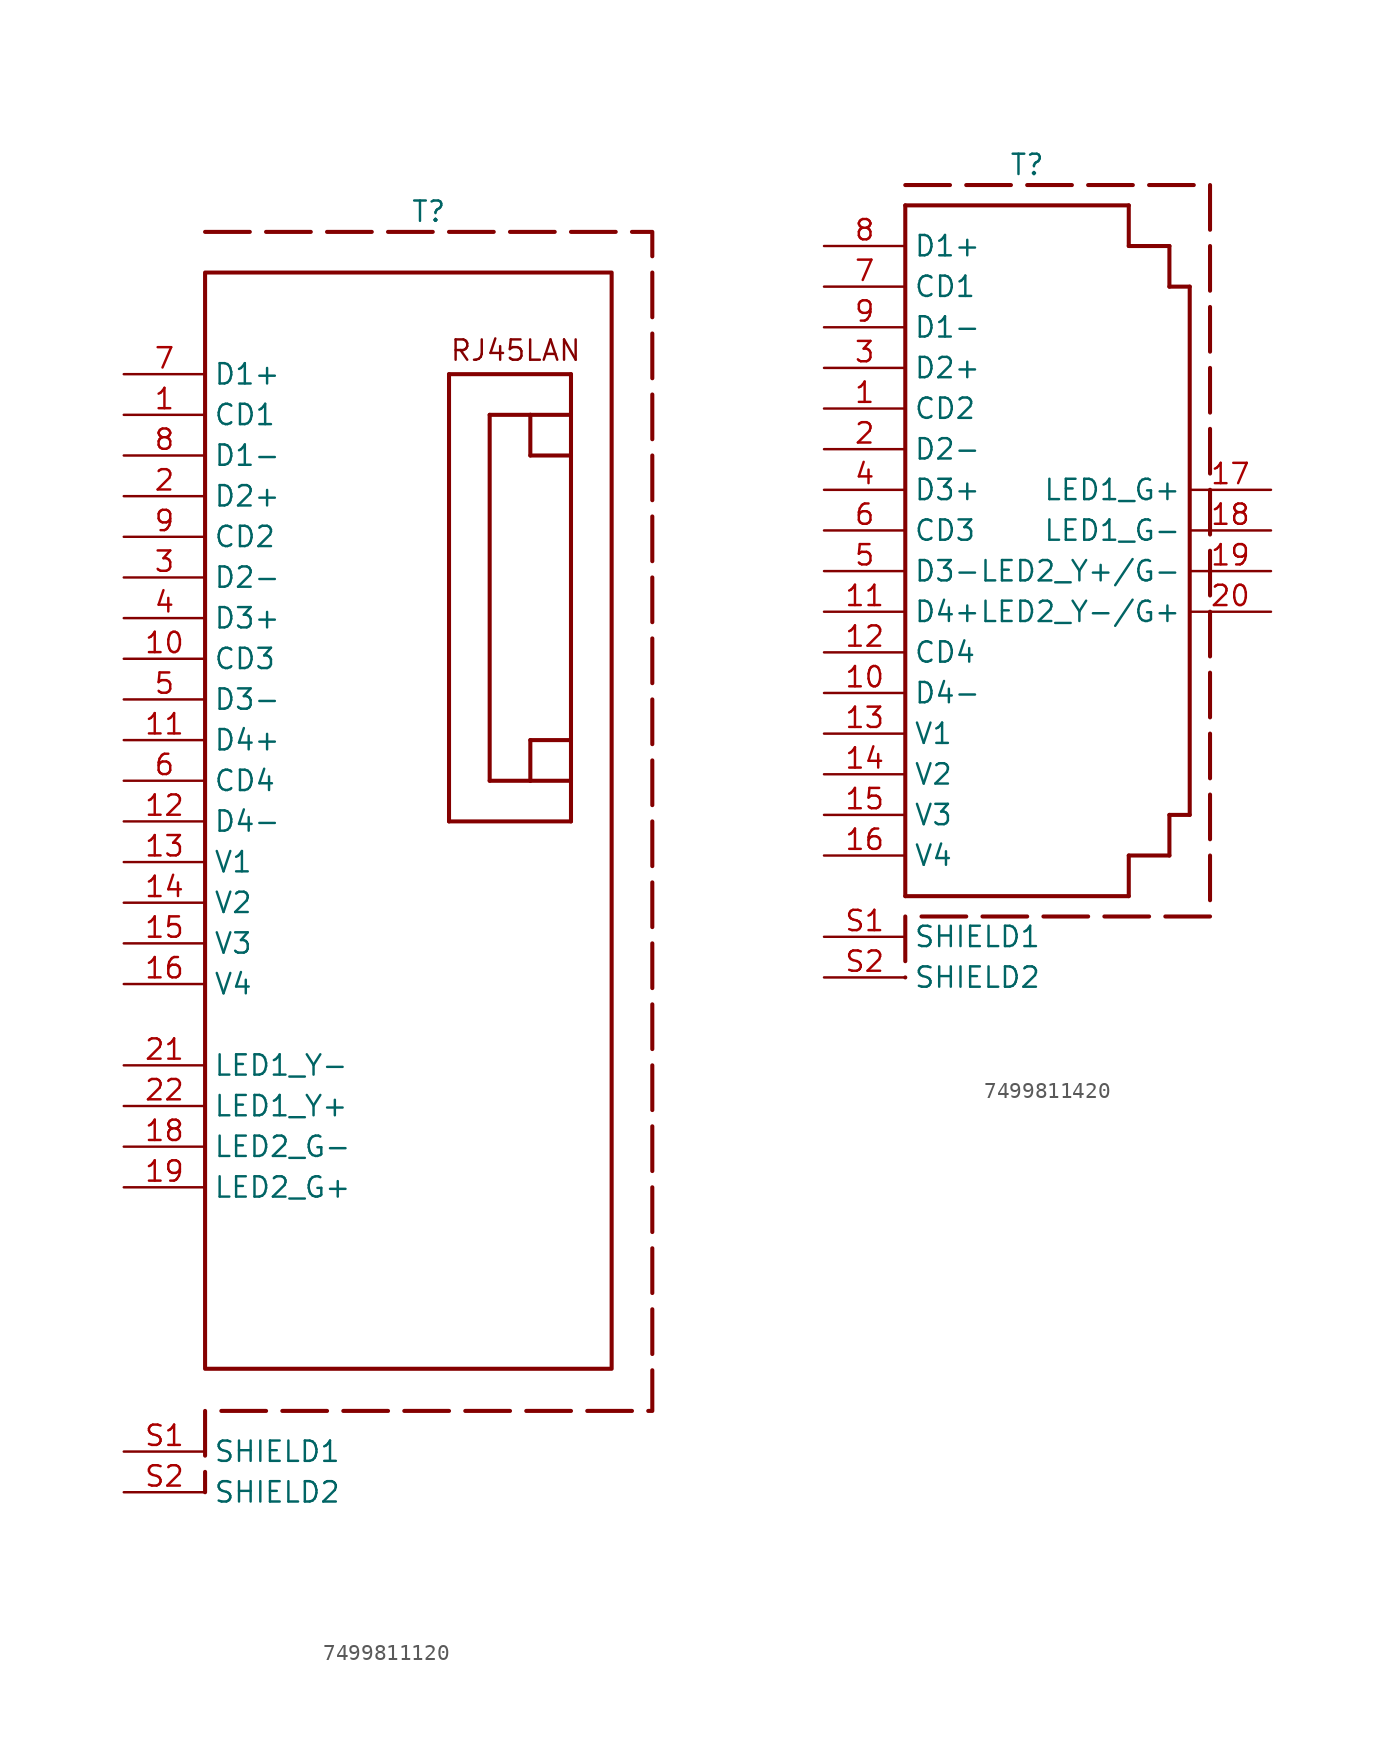
<source format=kicad_sym>
(kicad_symbol_lib
  (version 20220914)
  (generator kicad_symbol_editor)
  (symbol "7499811120"
    (property "Reference" "T"
      (at 0 35.56 0)
      (effects (font (size 1.27 1.27))))
    (property "Critical Parameter" ""
      (at 0 -5.08 0)
      (effects (font (size 1.27 1.27)) (justify left)))
    (symbol "7499811120_0_0"
      (polyline (pts (xy 1.27 -2.54) (xy 1.27 25.4)) (stroke (width 0.254) (type default)) (fill (type none)))
      (polyline (pts (xy 1.27 25.4) (xy 8.89 25.4)) (stroke (width 0.254) (type default)) (fill (type none)))
      (polyline (pts (xy 3.81 0) (xy 6.35 0)) (stroke (width 0.254) (type default)) (fill (type none)))
      (polyline (pts (xy 3.81 22.86) (xy 3.81 0)) (stroke (width 0.254) (type default)) (fill (type none)))
      (polyline (pts (xy 6.35 0) (xy 6.35 2.54)) (stroke (width 0.254) (type default)) (fill (type none)))
      (polyline (pts (xy 6.35 0) (xy 8.89 0)) (stroke (width 0.254) (type default)) (fill (type none)))
      (polyline (pts (xy 6.35 2.54) (xy 8.89 2.54)) (stroke (width 0.254) (type default)) (fill (type none)))
      (polyline (pts (xy 6.35 20.32) (xy 8.89 20.32)) (stroke (width 0.254) (type default)) (fill (type none)))
      (polyline (pts (xy 6.35 22.86) (xy 3.81 22.86)) (stroke (width 0.254) (type default)) (fill (type none)))
      (polyline (pts (xy 6.35 22.86) (xy 6.35 20.32)) (stroke (width 0.254) (type default)) (fill (type none)))
      (polyline (pts (xy 8.89 -2.54) (xy 1.27 -2.54)) (stroke (width 0.254) (type default)) (fill (type none)))
      (polyline (pts (xy 8.89 0) (xy 8.89 -2.54)) (stroke (width 0.254) (type default)) (fill (type none)))
      (polyline (pts (xy 8.89 2.54) (xy 8.89 0)) (stroke (width 0.254) (type default)) (fill (type none)))
      (polyline (pts (xy 8.89 20.32) (xy 8.89 2.54)) (stroke (width 0.254) (type default)) (fill (type none)))
      (polyline (pts (xy 8.89 22.86) (xy 6.35 22.86)) (stroke (width 0.254) (type default)) (fill (type none)))
      (polyline (pts (xy 8.89 22.86) (xy 8.89 20.32)) (stroke (width 0.254) (type default)) (fill (type none)))
      (polyline (pts (xy 8.89 25.4) (xy 8.89 22.86)) (stroke (width 0.254) (type default)) (fill (type none)))
      (text "RJ45LAN" (at 1.28 26.14 0) (effects (font (size 1.27 1.27)) (justify left bottom)))
      (pin bidirectional line (at -19.05 -22.86 0) (length 5.08) (name "LED2_G-" (effects (font (size 1.27 1.27)))) (number "18" (effects (font (size 1.27 1.27)))))
      (pin bidirectional line (at -19.05 -25.4 0) (length 5.08) (name "LED2_G+" (effects (font (size 1.27 1.27)))) (number "19" (effects (font (size 1.27 1.27)))))
      (pin bidirectional line (at -19.05 -17.78 0) (length 5.08) (name "LED1_Y-" (effects (font (size 1.27 1.27)))) (number "21" (effects (font (size 1.27 1.27)))))
      (pin bidirectional line (at -19.05 -20.32 0) (length 5.08) (name "LED1_Y+" (effects (font (size 1.27 1.27)))) (number "22" (effects (font (size 1.27 1.27)))))
      (pin power_in line (at -19.05 -41.91 0) (length 5.08) (name "SHIELD1" (effects (font (size 1.27 1.27)))) (number "S1" (effects (font (size 1.27 1.27)))))
      (pin power_in line (at -19.05 -44.45 0) (length 5.08) (name "SHIELD2" (effects (font (size 1.27 1.27)))) (number "S2" (effects (font (size 1.27 1.27))))))
    (symbol "7499811120_1_0"
      (rectangle (start -13.97 31.75) (end 11.43 -36.738) (stroke (width 0.254) (type default)) (fill (type none)))
      (polyline (pts (xy -13.97 34.29) (xy 13.97 34.29) (xy 13.97 -39.37) (xy -13.97 -39.37) (xy -13.97 -44.45)) (stroke (width 0.254) (type dash)) (fill (type none)))
      (pin bidirectional line (at -19.05 22.86 0) (length 5.08) (name "CD1" (effects (font (size 1.27 1.27)))) (number "1" (effects (font (size 1.27 1.27)))))
      (pin bidirectional line (at -19.05 7.62 0) (length 5.08) (name "CD3" (effects (font (size 1.27 1.27)))) (number "10" (effects (font (size 1.27 1.27)))))
      (pin bidirectional line (at -19.05 2.54 0) (length 5.08) (name "D4+" (effects (font (size 1.27 1.27)))) (number "11" (effects (font (size 1.27 1.27)))))
      (pin bidirectional line (at -19.05 -2.54 0) (length 5.08) (name "D4-" (effects (font (size 1.27 1.27)))) (number "12" (effects (font (size 1.27 1.27)))))
      (pin bidirectional line (at -19.05 -5.08 0) (length 5.08) (name "V1" (effects (font (size 1.27 1.27)))) (number "13" (effects (font (size 1.27 1.27)))))
      (pin bidirectional line (at -19.05 -7.62 0) (length 5.08) (name "V2" (effects (font (size 1.27 1.27)))) (number "14" (effects (font (size 1.27 1.27)))))
      (pin bidirectional line (at -19.05 -10.16 0) (length 5.08) (name "V3" (effects (font (size 1.27 1.27)))) (number "15" (effects (font (size 1.27 1.27)))))
      (pin bidirectional line (at -19.05 -12.7 0) (length 5.08) (name "V4" (effects (font (size 1.27 1.27)))) (number "16" (effects (font (size 1.27 1.27)))))
      (pin bidirectional line (at -19.05 17.78 0) (length 5.08) (name "D2+" (effects (font (size 1.27 1.27)))) (number "2" (effects (font (size 1.27 1.27)))))
      (pin bidirectional line (at -19.05 12.7 0) (length 5.08) (name "D2-" (effects (font (size 1.27 1.27)))) (number "3" (effects (font (size 1.27 1.27)))))
      (pin bidirectional line (at -19.05 10.16 0) (length 5.08) (name "D3+" (effects (font (size 1.27 1.27)))) (number "4" (effects (font (size 1.27 1.27)))))
      (pin bidirectional line (at -19.05 5.08 0) (length 5.08) (name "D3-" (effects (font (size 1.27 1.27)))) (number "5" (effects (font (size 1.27 1.27)))))
      (pin bidirectional line (at -19.05 0 0) (length 5.08) (name "CD4" (effects (font (size 1.27 1.27)))) (number "6" (effects (font (size 1.27 1.27)))))
      (pin bidirectional line (at -19.05 25.4 0) (length 5.08) (name "D1+" (effects (font (size 1.27 1.27)))) (number "7" (effects (font (size 1.27 1.27)))))
      (pin bidirectional line (at -19.05 20.32 0) (length 5.08) (name "D1-" (effects (font (size 1.27 1.27)))) (number "8" (effects (font (size 1.27 1.27)))))
      (pin bidirectional line (at -19.05 15.24 0) (length 5.08) (name "CD2" (effects (font (size 1.27 1.27)))) (number "9" (effects (font (size 1.27 1.27)))))))
  (symbol "7499811420"
    (property "Reference" "T"
      (at 0 25.4 0)
      (effects (font (size 1.27 1.27))))
    (property "Critical Parameter" ""
      (at 0 -5.08 0)
      (effects (font (size 1.27 1.27)) (justify left)))
    (symbol "7499811420_0_0"
      (polyline (pts (xy -7.62 -20.32) (xy -7.62 22.86)) (stroke (width 0.254) (type default)) (fill (type none)))
      (polyline (pts (xy -7.62 22.86) (xy 6.35 22.86)) (stroke (width 0.254) (type default)) (fill (type none)))
      (polyline (pts (xy 6.35 -20.32) (xy -7.62 -20.32)) (stroke (width 0.254) (type default)) (fill (type none)))
      (polyline (pts (xy 6.35 -20.32) (xy 6.35 -17.78)) (stroke (width 0.254) (type default)) (fill (type none)))
      (polyline (pts (xy 6.35 -17.78) (xy 8.89 -17.78)) (stroke (width 0.254) (type default)) (fill (type none)))
      (polyline (pts (xy 6.35 20.32) (xy 8.89 20.32)) (stroke (width 0.254) (type default)) (fill (type none)))
      (polyline (pts (xy 6.35 22.86) (xy 6.35 20.32)) (stroke (width 0.254) (type default)) (fill (type none)))
      (polyline (pts (xy 8.89 -17.78) (xy 8.89 -15.24)) (stroke (width 0.254) (type default)) (fill (type none)))
      (polyline (pts (xy 8.89 -15.24) (xy 10.16 -15.24)) (stroke (width 0.254) (type default)) (fill (type none)))
      (polyline (pts (xy 8.89 17.78) (xy 10.16 17.78)) (stroke (width 0.254) (type default)) (fill (type none)))
      (polyline (pts (xy 8.89 20.32) (xy 8.89 17.78)) (stroke (width 0.254) (type default)) (fill (type none)))
      (polyline (pts (xy 10.16 17.78) (xy 10.16 -15.24)) (stroke (width 0.254) (type default)) (fill (type none)))
      (pin bidirectional line (at -12.7 10.16 0) (length 5.08) (name "CD2" (effects (font (size 1.27 1.27)))) (number "1" (effects (font (size 1.27 1.27)))))
      (pin bidirectional line (at -12.7 -7.62 0) (length 5.08) (name "D4-" (effects (font (size 1.27 1.27)))) (number "10" (effects (font (size 1.27 1.27)))))
      (pin bidirectional line (at -12.7 -2.54 0) (length 5.08) (name "D4+" (effects (font (size 1.27 1.27)))) (number "11" (effects (font (size 1.27 1.27)))))
      (pin bidirectional line (at -12.7 -5.08 0) (length 5.08) (name "CD4" (effects (font (size 1.27 1.27)))) (number "12" (effects (font (size 1.27 1.27)))))
      (pin power_in line (at -12.7 -10.16 0) (length 5.08) (name "V1" (effects (font (size 1.27 1.27)))) (number "13" (effects (font (size 1.27 1.27)))))
      (pin power_in line (at -12.7 -12.7 0) (length 5.08) (name "V2" (effects (font (size 1.27 1.27)))) (number "14" (effects (font (size 1.27 1.27)))))
      (pin power_in line (at -12.7 -15.24 0) (length 5.08) (name "V3" (effects (font (size 1.27 1.27)))) (number "15" (effects (font (size 1.27 1.27)))))
      (pin power_in line (at -12.7 -17.78 0) (length 5.08) (name "V4" (effects (font (size 1.27 1.27)))) (number "16" (effects (font (size 1.27 1.27)))))
      (pin bidirectional line (at -12.7 7.62 0) (length 5.08) (name "D2-" (effects (font (size 1.27 1.27)))) (number "2" (effects (font (size 1.27 1.27)))))
      (pin bidirectional line (at -12.7 12.7 0) (length 5.08) (name "D2+" (effects (font (size 1.27 1.27)))) (number "3" (effects (font (size 1.27 1.27)))))
      (pin bidirectional line (at -12.7 5.08 0) (length 5.08) (name "D3+" (effects (font (size 1.27 1.27)))) (number "4" (effects (font (size 1.27 1.27)))))
      (pin bidirectional line (at -12.7 0 0) (length 5.08) (name "D3-" (effects (font (size 1.27 1.27)))) (number "5" (effects (font (size 1.27 1.27)))))
      (pin bidirectional line (at -12.7 2.54 0) (length 5.08) (name "CD3" (effects (font (size 1.27 1.27)))) (number "6" (effects (font (size 1.27 1.27)))))
      (pin bidirectional line (at -12.7 17.78 0) (length 5.08) (name "CD1" (effects (font (size 1.27 1.27)))) (number "7" (effects (font (size 1.27 1.27)))))
      (pin bidirectional line (at -12.7 20.32 0) (length 5.08) (name "D1+" (effects (font (size 1.27 1.27)))) (number "8" (effects (font (size 1.27 1.27)))))
      (pin bidirectional line (at -12.7 15.24 0) (length 5.08) (name "D1-" (effects (font (size 1.27 1.27)))) (number "9" (effects (font (size 1.27 1.27)))))
      (pin power_in line (at -12.7 -22.86 0) (length 5.08) (name "SHIELD1" (effects (font (size 1.27 1.27)))) (number "S1" (effects (font (size 1.27 1.27)))))
      (pin power_in line (at -12.7 -25.4 0) (length 5.08) (name "SHIELD2" (effects (font (size 1.27 1.27)))) (number "S2" (effects (font (size 1.27 1.27))))))
    (symbol "7499811420_1_0"
      (pin bidirectional line (at 15.24 5.08 180) (length 5.08) (name "LED1_G+" (effects (font (size 1.27 1.27)))) (number "17" (effects (font (size 1.27 1.27)))))
      (pin bidirectional line (at 15.24 2.54 180) (length 5.08) (name "LED1_G-" (effects (font (size 1.27 1.27)))) (number "18" (effects (font (size 1.27 1.27)))))
      (pin bidirectional line (at 15.24 0 180) (length 5.08) (name "LED2_Y+/G-" (effects (font (size 1.27 1.27)))) (number "19" (effects (font (size 1.27 1.27)))))
      (pin bidirectional line (at 15.24 -2.54 180) (length 5.08) (name "LED2_Y-/G+" (effects (font (size 1.27 1.27)))) (number "20" (effects (font (size 1.27 1.27))))))
    (symbol "7499811420_1_1"
      (polyline (pts (xy -7.62 24.13) (xy 11.43 24.13) (xy 11.43 -21.59) (xy -7.62 -21.59) (xy -7.62 -25.4)) (stroke (width 0.254) (type dash)) (fill (type none))))))
</source>
